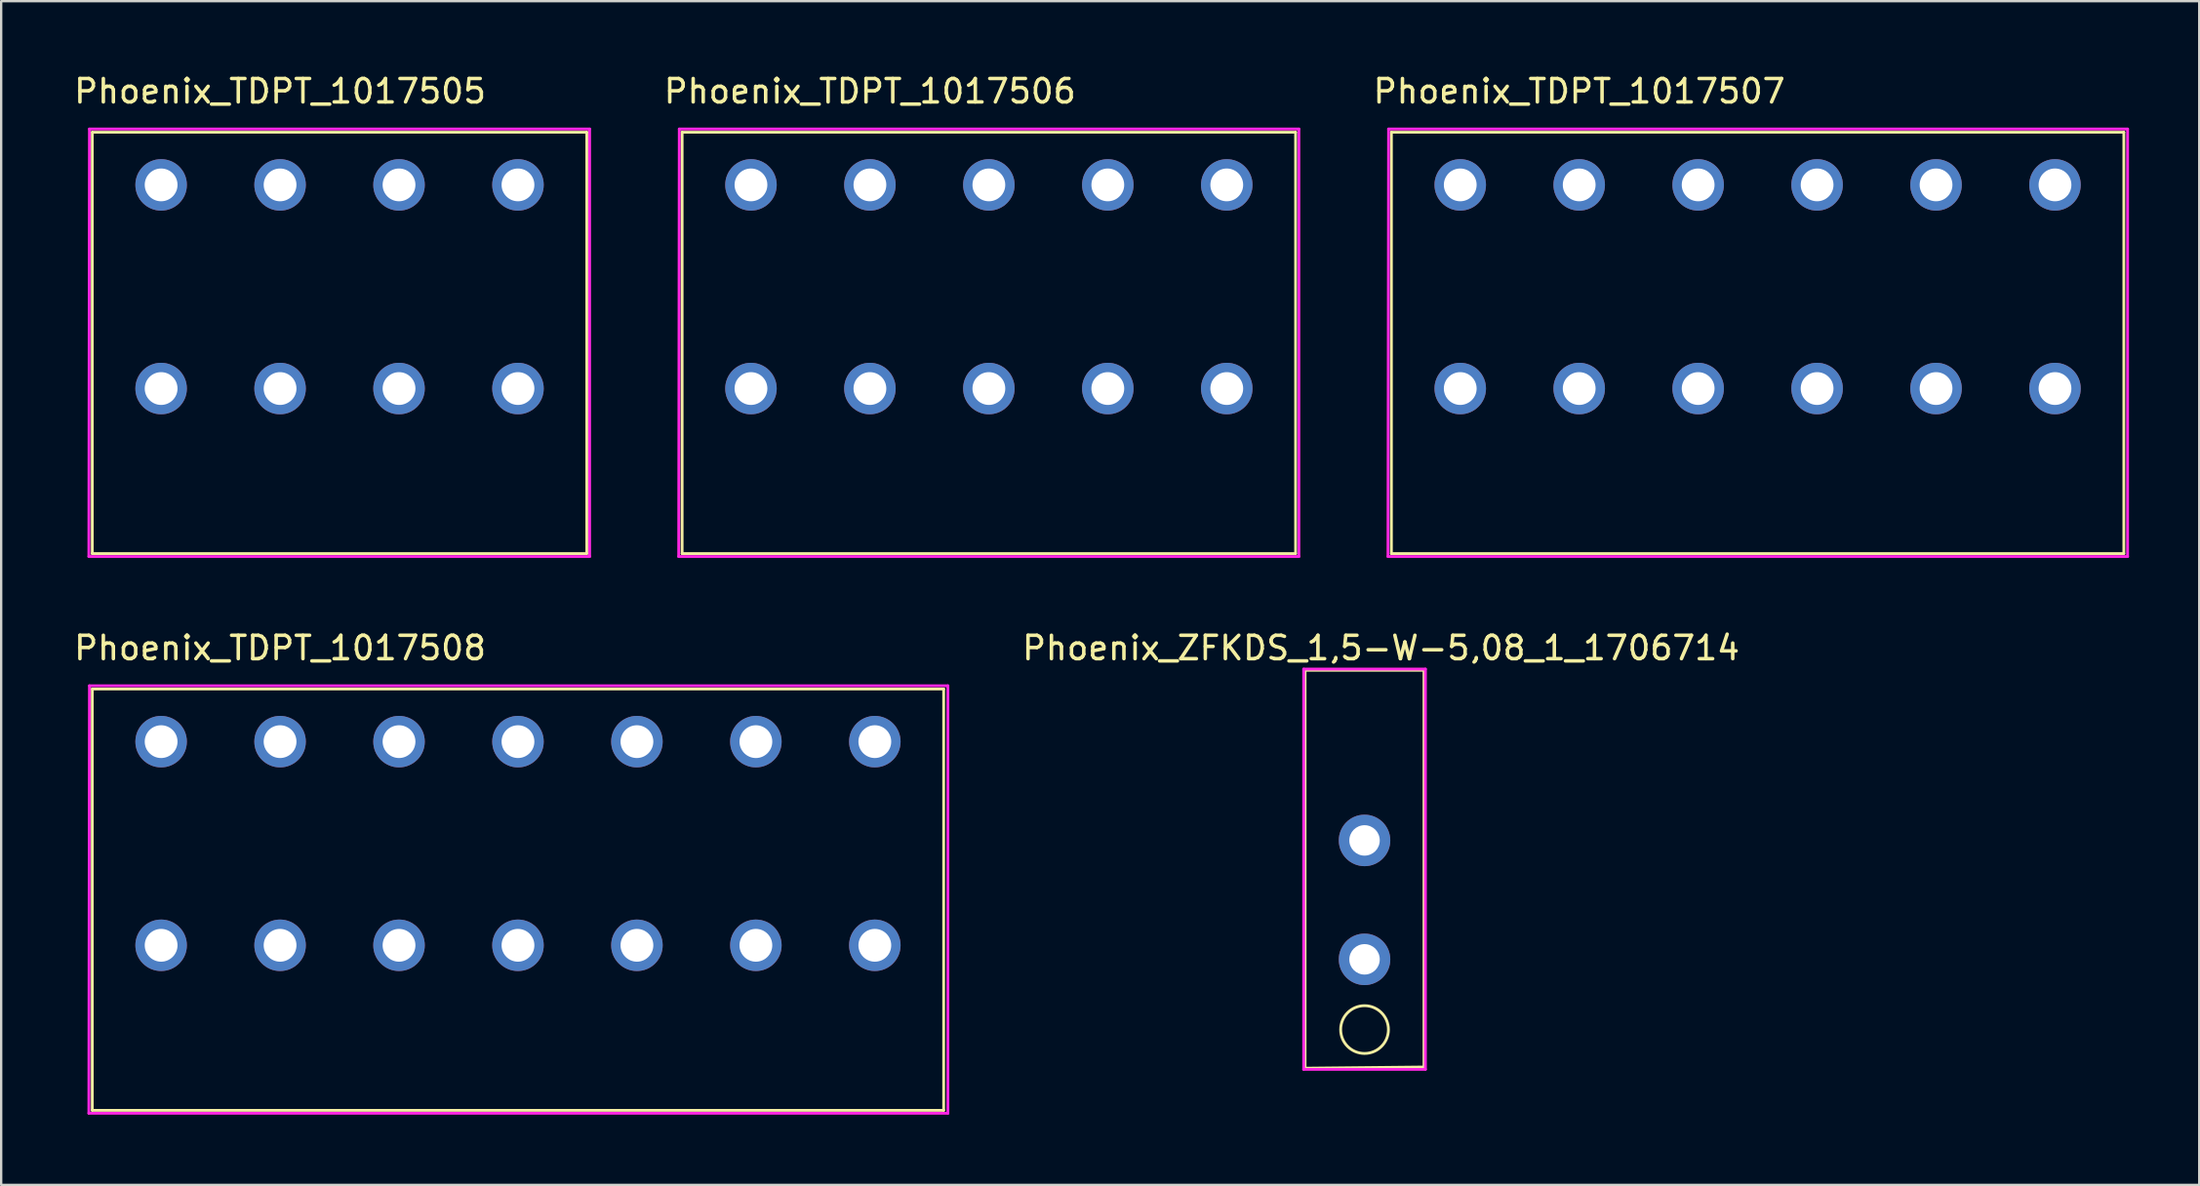
<source format=kicad_pcb>
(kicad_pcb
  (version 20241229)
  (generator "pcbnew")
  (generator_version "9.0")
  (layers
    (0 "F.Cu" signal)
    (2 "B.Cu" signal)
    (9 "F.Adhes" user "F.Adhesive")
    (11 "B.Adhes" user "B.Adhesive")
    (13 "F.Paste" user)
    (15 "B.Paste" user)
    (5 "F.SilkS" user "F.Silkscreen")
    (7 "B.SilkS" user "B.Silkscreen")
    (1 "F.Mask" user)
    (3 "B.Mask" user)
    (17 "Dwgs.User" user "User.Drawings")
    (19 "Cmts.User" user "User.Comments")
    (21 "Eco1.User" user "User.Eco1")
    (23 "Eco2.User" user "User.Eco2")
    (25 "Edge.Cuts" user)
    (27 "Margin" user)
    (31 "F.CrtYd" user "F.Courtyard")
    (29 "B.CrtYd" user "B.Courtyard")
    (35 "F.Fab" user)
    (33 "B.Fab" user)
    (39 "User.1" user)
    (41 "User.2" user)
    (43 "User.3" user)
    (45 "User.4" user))
  (footprint "Phoenix_ZFKDS_1,5-W-5,08_1_1706714"
    (layer "F.Cu")
    (at 55.225 37.932)
    (property "Reference" "Phoenix_ZFKDS_1,5-W-5,08_1_1706714" (at 0.7 -13.3 0) (layer "F.SilkS") (effects (font (size 1 1) (thickness 0.15))))
    (attr through_hole)
    (fp_line (start -2.54 -12.35) (end -2.54 4.65) (stroke (width 0.12) (type solid)) (layer "F.SilkS"))
    (fp_line (start -2.54 4.65) (end 2.54 4.6) (stroke (width 0.12) (type solid)) (layer "F.SilkS"))
    (fp_line (start 2.54 -12.35) (end -2.54 -12.35) (stroke (width 0.12) (type solid)) (layer "F.SilkS"))
    (fp_line (start 2.54 4.6) (end 2.54 -12.35) (stroke (width 0.12) (type solid)) (layer "F.SilkS"))
    (fp_circle (center 0 3) (end 1 2.8) (stroke (width 0.12) (type solid)) (fill no) (layer "F.SilkS"))
    (fp_line (start -2.6 -12.4) (end 2.6 -12.4) (stroke (width 0.12) (type solid)) (layer "F.CrtYd"))
    (fp_line (start -2.6 4.7) (end -2.6 -12.4) (stroke (width 0.12) (type solid)) (layer "F.CrtYd"))
    (fp_line (start 2.6 -12.4) (end 2.6 4.7) (stroke (width 0.12) (type solid)) (layer "F.CrtYd"))
    (fp_line (start 2.6 4.7) (end -2.6 4.7) (stroke (width 0.12) (type solid)) (layer "F.CrtYd"))
    (pad "1" thru_hole circle (at 0 -5.08) (size 2.2 2.2) (drill 1.3) (layers "*.Cu" "*.Mask"))
    (pad "1" thru_hole circle (at 0 0) (size 2.2 2.2) (drill 1.3) (layers "*.Cu" "*.Mask")))
  (footprint "Phoenix_TDPT_1017505"
    (layer "F.Cu")
    (at 3.831 13.548)
    (property "Reference" "Phoenix_TDPT_1017505" (at 5.08 -12.7 0) (layer "F.SilkS") (effects (font (size 1 1) (thickness 0.15))))
    (attr through_hole)
    (fp_line (start -2.94 -10.95) (end -2.94 7.05) (stroke (width 0.12) (type solid)) (layer "F.SilkS"))
    (fp_line (start -2.94 7.05) (end 18.18 7.05) (stroke (width 0.12) (type solid)) (layer "F.SilkS"))
    (fp_line (start 18.18 -10.95) (end -2.94 -10.95) (stroke (width 0.12) (type solid)) (layer "F.SilkS"))
    (fp_line (start 18.18 7.05) (end 18.18 -10.95) (stroke (width 0.12) (type solid)) (layer "F.SilkS"))
    (fp_line (start -3.086 7.176) (end -3.061 -11.087) (stroke (width 0.12) (type solid)) (layer "F.CrtYd"))
    (fp_line (start -3.061 -11.087) (end 18.3 -11.087) (stroke (width 0.12) (type solid)) (layer "F.CrtYd"))
    (fp_line (start 18.3 7.176) (end -3.086 7.176) (stroke (width 0.12) (type solid)) (layer "F.CrtYd"))
    (fp_line (start 18.3 7.176) (end 18.3 -11.087) (stroke (width 0.12) (type solid)) (layer "F.CrtYd"))
    (pad "1" thru_hole circle (at 0 -8.7) (size 2.2 2.2) (drill 1.4) (layers "*.Cu" "*.Mask"))
    (pad "1" thru_hole circle (at 0 0) (size 2.2 2.2) (drill 1.4) (layers "*.Cu" "*.Mask"))
    (pad "2" thru_hole circle (at 5.08 -8.7) (size 2.2 2.2) (drill 1.4) (layers "*.Cu" "*.Mask"))
    (pad "2" thru_hole circle (at 5.08 0) (size 2.2 2.2) (drill 1.4) (layers "*.Cu" "*.Mask"))
    (pad "3" thru_hole circle (at 10.16 -8.7) (size 2.2 2.2) (drill 1.4) (layers "*.Cu" "*.Mask"))
    (pad "3" thru_hole circle (at 10.16 0) (size 2.2 2.2) (drill 1.4) (layers "*.Cu" "*.Mask"))
    (pad "4" thru_hole circle (at 15.24 -8.7) (size 2.2 2.2) (drill 1.4) (layers "*.Cu" "*.Mask"))
    (pad "4" thru_hole circle (at 15.24 0) (size 2.2 2.2) (drill 1.4) (layers "*.Cu" "*.Mask")))
  (footprint "Phoenix_TDPT_1017506"
    (layer "F.Cu")
    (at 29.021 13.548)
    (property "Reference" "Phoenix_TDPT_1017506" (at 5.08 -12.7 0) (layer "F.SilkS") (effects (font (size 1 1) (thickness 0.15))))
    (attr through_hole)
    (fp_line (start -2.94 -10.95) (end -2.94 7.05) (stroke (width 0.12) (type solid)) (layer "F.SilkS"))
    (fp_line (start -2.94 7.05) (end 23.26 7.05) (stroke (width 0.12) (type solid)) (layer "F.SilkS"))
    (fp_line (start 23.26 -10.95) (end -2.94 -10.95) (stroke (width 0.12) (type solid)) (layer "F.SilkS"))
    (fp_line (start 23.26 7.05) (end 23.26 -10.95) (stroke (width 0.12) (type solid)) (layer "F.SilkS"))
    (fp_line (start -3.086 7.176) (end -3.061 -11.087) (stroke (width 0.12) (type solid)) (layer "F.CrtYd"))
    (fp_line (start -3.061 -11.087) (end 23.4 -11.087) (stroke (width 0.12) (type solid)) (layer "F.CrtYd"))
    (fp_line (start 23.4 7.176) (end -3.086 7.176) (stroke (width 0.12) (type solid)) (layer "F.CrtYd"))
    (fp_line (start 23.4 7.176) (end 23.4 -11.087) (stroke (width 0.12) (type solid)) (layer "F.CrtYd"))
    (pad "1" thru_hole circle (at 0 -8.7) (size 2.2 2.2) (drill 1.4) (layers "*.Cu" "*.Mask"))
    (pad "1" thru_hole circle (at 0 0) (size 2.2 2.2) (drill 1.4) (layers "*.Cu" "*.Mask"))
    (pad "2" thru_hole circle (at 5.08 -8.7) (size 2.2 2.2) (drill 1.4) (layers "*.Cu" "*.Mask"))
    (pad "2" thru_hole circle (at 5.08 0) (size 2.2 2.2) (drill 1.4) (layers "*.Cu" "*.Mask"))
    (pad "3" thru_hole circle (at 10.16 -8.7) (size 2.2 2.2) (drill 1.4) (layers "*.Cu" "*.Mask"))
    (pad "3" thru_hole circle (at 10.16 0) (size 2.2 2.2) (drill 1.4) (layers "*.Cu" "*.Mask"))
    (pad "4" thru_hole circle (at 15.24 -8.7) (size 2.2 2.2) (drill 1.4) (layers "*.Cu" "*.Mask"))
    (pad "4" thru_hole circle (at 15.24 0) (size 2.2 2.2) (drill 1.4) (layers "*.Cu" "*.Mask"))
    (pad "5" thru_hole circle (at 20.32 -8.7) (size 2.2 2.2) (drill 1.4) (layers "*.Cu" "*.Mask"))
    (pad "5" thru_hole circle (at 20.32 0) (size 2.2 2.2) (drill 1.4) (layers "*.Cu" "*.Mask")))
  (footprint "Phoenix_TDPT_1017508"
    (layer "F.Cu")
    (at 3.831 37.332)
    (property "Reference" "Phoenix_TDPT_1017508" (at 5.08 -12.7 0) (layer "F.SilkS") (effects (font (size 1 1) (thickness 0.15))))
    (attr through_hole)
    (fp_line (start -2.94 -10.95) (end -2.94 7.05) (stroke (width 0.12) (type solid)) (layer "F.SilkS"))
    (fp_line (start -2.94 7.05) (end 33.42 7.05) (stroke (width 0.12) (type solid)) (layer "F.SilkS"))
    (fp_line (start 33.42 -10.95) (end -2.94 -10.95) (stroke (width 0.12) (type solid)) (layer "F.SilkS"))
    (fp_line (start 33.42 7.05) (end 33.42 -10.95) (stroke (width 0.12) (type solid)) (layer "F.SilkS"))
    (fp_line (start -3.086 7.176) (end -3.061 -11.087) (stroke (width 0.12) (type solid)) (layer "F.CrtYd"))
    (fp_line (start -3.061 -11.087) (end 33.6 -11.087) (stroke (width 0.12) (type solid)) (layer "F.CrtYd"))
    (fp_line (start 33.6 7.176) (end -3.086 7.176) (stroke (width 0.12) (type solid)) (layer "F.CrtYd"))
    (fp_line (start 33.6 7.176) (end 33.6 -11.087) (stroke (width 0.12) (type solid)) (layer "F.CrtYd"))
    (pad "1" thru_hole circle (at 0 -8.7) (size 2.2 2.2) (drill 1.4) (layers "*.Cu" "*.Mask"))
    (pad "1" thru_hole circle (at 0 0) (size 2.2 2.2) (drill 1.4) (layers "*.Cu" "*.Mask"))
    (pad "2" thru_hole circle (at 5.08 -8.7) (size 2.2 2.2) (drill 1.4) (layers "*.Cu" "*.Mask"))
    (pad "2" thru_hole circle (at 5.08 0) (size 2.2 2.2) (drill 1.4) (layers "*.Cu" "*.Mask"))
    (pad "3" thru_hole circle (at 10.16 -8.7) (size 2.2 2.2) (drill 1.4) (layers "*.Cu" "*.Mask"))
    (pad "3" thru_hole circle (at 10.16 0) (size 2.2 2.2) (drill 1.4) (layers "*.Cu" "*.Mask"))
    (pad "4" thru_hole circle (at 15.24 -8.7) (size 2.2 2.2) (drill 1.4) (layers "*.Cu" "*.Mask"))
    (pad "4" thru_hole circle (at 15.24 0) (size 2.2 2.2) (drill 1.4) (layers "*.Cu" "*.Mask"))
    (pad "5" thru_hole circle (at 20.32 -8.7) (size 2.2 2.2) (drill 1.4) (layers "*.Cu" "*.Mask"))
    (pad "5" thru_hole circle (at 20.32 0) (size 2.2 2.2) (drill 1.4) (layers "*.Cu" "*.Mask"))
    (pad "6" thru_hole circle (at 25.4 -8.7) (size 2.2 2.2) (drill 1.4) (layers "*.Cu" "*.Mask"))
    (pad "6" thru_hole circle (at 25.4 0) (size 2.2 2.2) (drill 1.4) (layers "*.Cu" "*.Mask"))
    (pad "7" thru_hole circle (at 30.48 -8.7) (size 2.2 2.2) (drill 1.4) (layers "*.Cu" "*.Mask"))
    (pad "7" thru_hole circle (at 30.48 0) (size 2.2 2.2) (drill 1.4) (layers "*.Cu" "*.Mask")))
  (footprint "Phoenix_TDPT_1017507"
    (layer "F.Cu")
    (at 59.312 13.548)
    (property "Reference" "Phoenix_TDPT_1017507" (at 5.08 -12.7 0) (layer "F.SilkS") (effects (font (size 1 1) (thickness 0.15))))
    (attr through_hole)
    (fp_line (start -2.94 -10.95) (end -2.94 7.05) (stroke (width 0.12) (type solid)) (layer "F.SilkS"))
    (fp_line (start -2.94 7.05) (end 28.34 7.05) (stroke (width 0.12) (type solid)) (layer "F.SilkS"))
    (fp_line (start 28.34 -10.95) (end -2.94 -10.95) (stroke (width 0.12) (type solid)) (layer "F.SilkS"))
    (fp_line (start 28.34 7.05) (end 28.34 -10.95) (stroke (width 0.12) (type solid)) (layer "F.SilkS"))
    (fp_line (start -3.086 7.176) (end -3.061 -11.087) (stroke (width 0.12) (type solid)) (layer "F.CrtYd"))
    (fp_line (start -3.061 -11.087) (end 28.5 -11.087) (stroke (width 0.12) (type solid)) (layer "F.CrtYd"))
    (fp_line (start 28.5 7.176) (end -3.086 7.176) (stroke (width 0.12) (type solid)) (layer "F.CrtYd"))
    (fp_line (start 28.5 7.176) (end 28.5 -11.087) (stroke (width 0.12) (type solid)) (layer "F.CrtYd"))
    (pad "1" thru_hole circle (at 0 -8.7) (size 2.2 2.2) (drill 1.4) (layers "*.Cu" "*.Mask"))
    (pad "1" thru_hole circle (at 0 0) (size 2.2 2.2) (drill 1.4) (layers "*.Cu" "*.Mask"))
    (pad "2" thru_hole circle (at 5.08 -8.7) (size 2.2 2.2) (drill 1.4) (layers "*.Cu" "*.Mask"))
    (pad "2" thru_hole circle (at 5.08 0) (size 2.2 2.2) (drill 1.4) (layers "*.Cu" "*.Mask"))
    (pad "3" thru_hole circle (at 10.16 -8.7) (size 2.2 2.2) (drill 1.4) (layers "*.Cu" "*.Mask"))
    (pad "3" thru_hole circle (at 10.16 0) (size 2.2 2.2) (drill 1.4) (layers "*.Cu" "*.Mask"))
    (pad "4" thru_hole circle (at 15.24 -8.7) (size 2.2 2.2) (drill 1.4) (layers "*.Cu" "*.Mask"))
    (pad "4" thru_hole circle (at 15.24 0) (size 2.2 2.2) (drill 1.4) (layers "*.Cu" "*.Mask"))
    (pad "5" thru_hole circle (at 20.32 -8.7) (size 2.2 2.2) (drill 1.4) (layers "*.Cu" "*.Mask"))
    (pad "5" thru_hole circle (at 20.32 0) (size 2.2 2.2) (drill 1.4) (layers "*.Cu" "*.Mask"))
    (pad "6" thru_hole circle (at 25.4 -8.7) (size 2.2 2.2) (drill 1.4) (layers "*.Cu" "*.Mask"))
    (pad "6" thru_hole circle (at 25.4 0) (size 2.2 2.2) (drill 1.4) (layers "*.Cu" "*.Mask")))
  (gr_rect
    (start -3 -3)
    (end 90.872 47.568)
    (stroke (width 0.1) (type default))
    (fill no)
    (layer "Edge.Cuts")))
</source>
